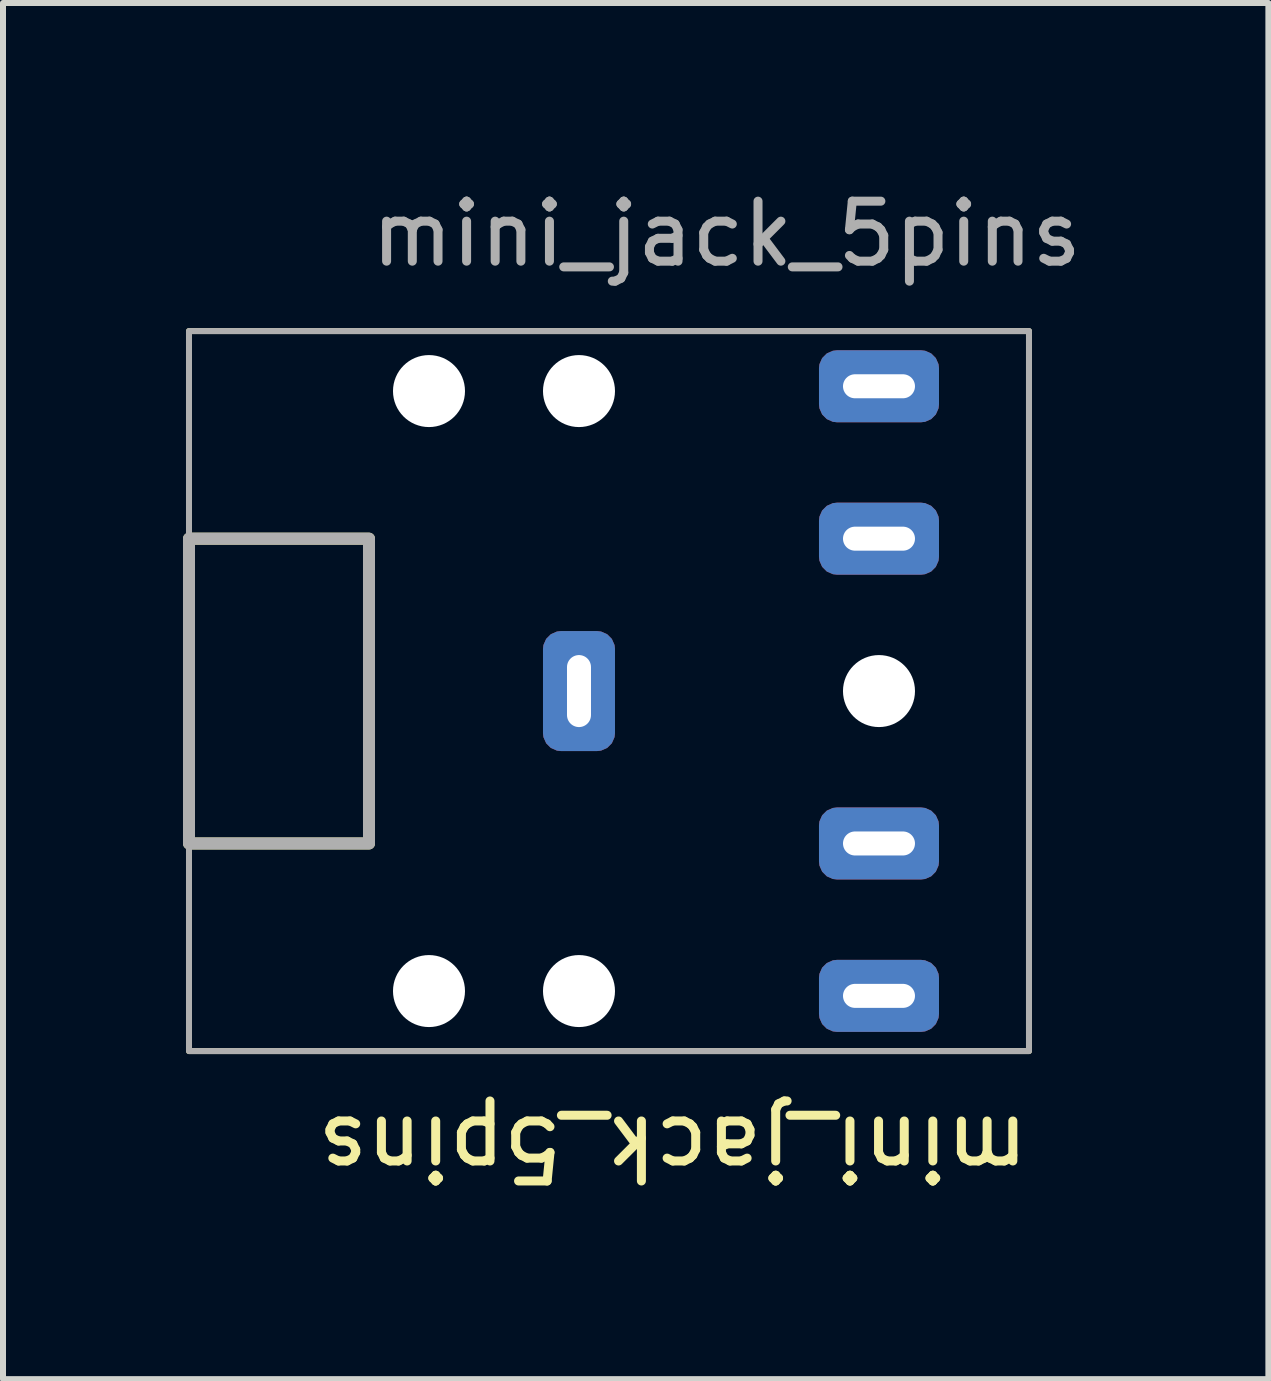
<source format=kicad_pcb>
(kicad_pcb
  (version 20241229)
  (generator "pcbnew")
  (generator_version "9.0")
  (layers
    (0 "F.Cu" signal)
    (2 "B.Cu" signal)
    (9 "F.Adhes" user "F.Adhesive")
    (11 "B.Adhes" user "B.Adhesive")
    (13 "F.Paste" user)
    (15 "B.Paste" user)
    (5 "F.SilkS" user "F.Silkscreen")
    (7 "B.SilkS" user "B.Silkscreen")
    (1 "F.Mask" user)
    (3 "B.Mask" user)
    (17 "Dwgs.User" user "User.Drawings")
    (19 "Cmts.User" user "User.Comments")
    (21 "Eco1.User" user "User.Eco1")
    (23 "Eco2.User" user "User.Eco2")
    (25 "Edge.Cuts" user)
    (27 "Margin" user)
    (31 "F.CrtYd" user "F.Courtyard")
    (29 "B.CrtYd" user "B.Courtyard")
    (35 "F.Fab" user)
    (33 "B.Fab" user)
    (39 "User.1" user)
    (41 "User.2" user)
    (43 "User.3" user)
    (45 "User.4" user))
  (footprint "mini_jack_5pins"
    (layer "F.Cu")
    (at 11.6 8.468)
    (property "Reference" "mini_jack_5pins" (at -3.436 7.62 180) (unlocked yes) (layer "F.SilkS") (effects (font (size 1 1) (thickness 0.15))))
    (attr through_hole)
    (fp_rect (start -11.5 -6) (end 2.5 6) (stroke (width 0.1) (type default)) (fill no) (layer "F.SilkS"))
    (fp_rect (start -11.5 -2.54) (end -8.5 2.54) (stroke (width 0.2) (type default)) (fill no) (layer "F.SilkS"))
    (fp_rect (start -11.5 -6) (end 2.5 6) (stroke (width 0.1) (type default)) (fill no) (layer "F.Fab"))
    (fp_rect (start -11.5 -2.54) (end -8.5 2.54) (stroke (width 0.2) (type default)) (fill no) (layer "F.Fab"))
    (fp_text user "${REFERENCE}" (at -2.54 -7.62 0) (unlocked yes) (layer "F.Fab") (effects (font (size 1 1) (thickness 0.15))))
    (pad "" np_thru_hole circle (at -7.5 -5) (size 1.2 1.2) (drill 1.2) (layers "*.Cu" "*.Mask"))
    (pad "" np_thru_hole circle (at -7.5 5) (size 1.2 1.2) (drill 1.2) (layers "*.Cu" "*.Mask"))
    (pad "" np_thru_hole circle (at -5 -5) (size 1.2 1.2) (drill 1.2) (layers "*.Cu" "*.Mask"))
    (pad "" np_thru_hole circle (at -5 5) (size 1.2 1.2) (drill 1.2) (layers "*.Cu" "*.Mask"))
    (pad "" np_thru_hole circle (at 0 0) (size 1.2 1.2) (drill 1.2) (layers "*.Cu" "*.Mask"))
    (pad "1" thru_hole roundrect (at -5 0 90) (size 2 1.2) (drill oval 1.2 0.4) (layers "*.Cu" "*.Mask") (roundrect_rratio 0.25))
    (pad "2" thru_hole roundrect (at 0 5.08) (size 2 1.2) (drill oval 1.2 0.4) (layers "*.Cu" "*.Mask") (roundrect_rratio 0.25))
    (pad "3" thru_hole roundrect (at 0 2.54) (size 2 1.2) (drill oval 1.2 0.4) (layers "*.Cu" "*.Mask") (roundrect_rratio 0.25))
    (pad "4" thru_hole roundrect (at 0 -2.54) (size 2 1.2) (drill oval 1.2 0.4) (layers "*.Cu" "*.Mask") (roundrect_rratio 0.25))
    (pad "5" thru_hole roundrect (at 0 -5.08) (size 2 1.2) (drill oval 1.2 0.4) (layers "*.Cu" "*.Mask") (roundrect_rratio 0.25)))
  (gr_rect
    (start -3 -3)
    (end 18.09 19.936)
    (stroke (width 0.1) (type default))
    (fill no)
    (layer "Edge.Cuts")))
</source>
